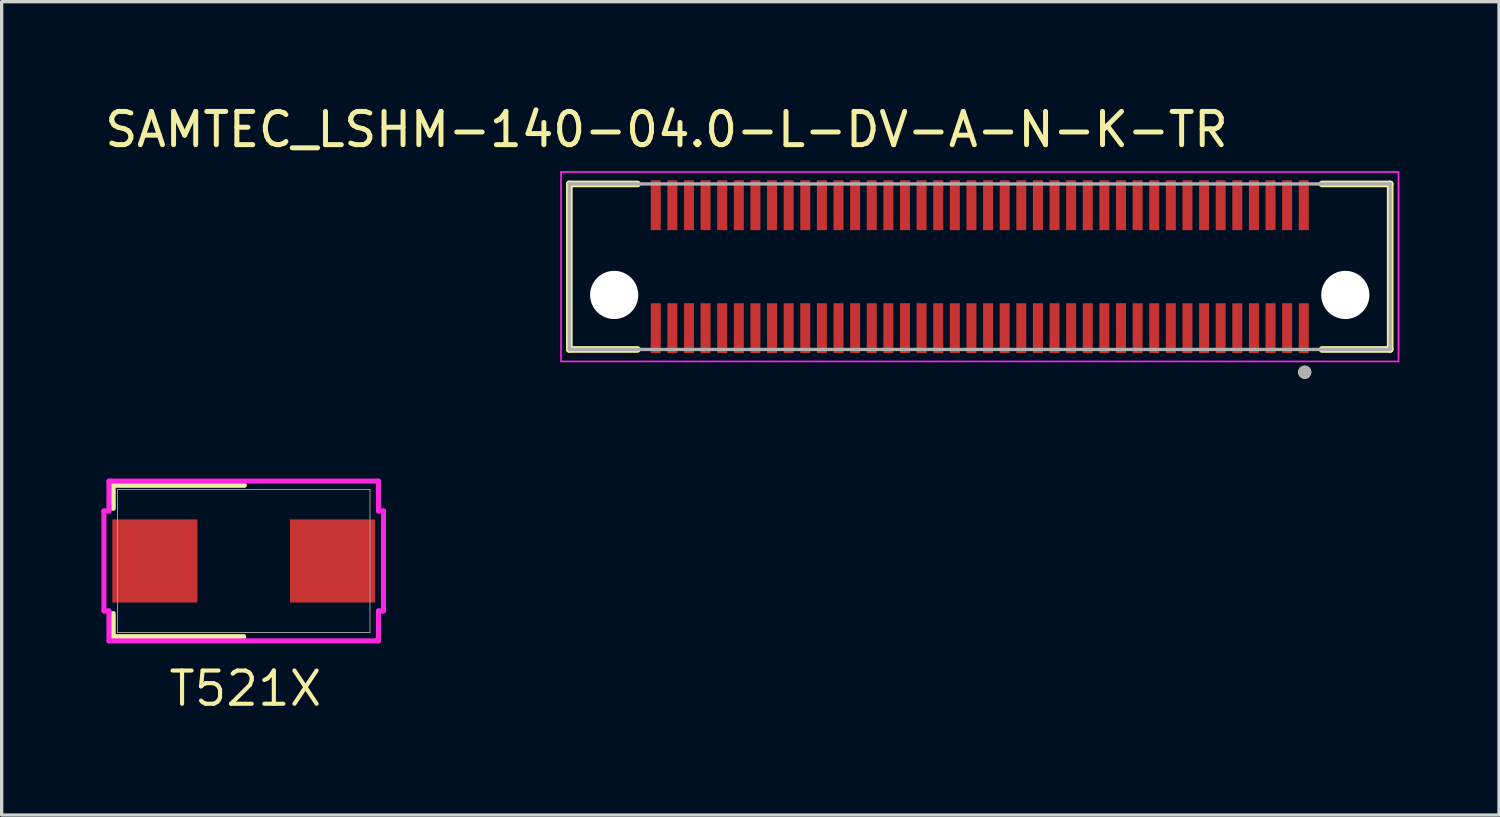
<source format=kicad_pcb>
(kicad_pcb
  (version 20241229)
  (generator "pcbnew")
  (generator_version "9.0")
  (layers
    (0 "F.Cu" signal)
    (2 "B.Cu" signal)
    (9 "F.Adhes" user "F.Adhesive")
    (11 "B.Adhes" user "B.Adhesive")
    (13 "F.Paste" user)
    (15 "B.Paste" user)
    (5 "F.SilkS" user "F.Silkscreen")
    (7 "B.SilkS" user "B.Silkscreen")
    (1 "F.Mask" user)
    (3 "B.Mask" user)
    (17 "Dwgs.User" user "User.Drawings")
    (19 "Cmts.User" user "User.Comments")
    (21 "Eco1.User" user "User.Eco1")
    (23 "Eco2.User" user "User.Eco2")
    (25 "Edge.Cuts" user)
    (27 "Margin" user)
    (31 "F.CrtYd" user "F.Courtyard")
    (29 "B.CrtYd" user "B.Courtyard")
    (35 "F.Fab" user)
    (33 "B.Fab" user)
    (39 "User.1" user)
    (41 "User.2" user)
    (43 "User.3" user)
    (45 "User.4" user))
  (footprint "T521X"
    (layer "F.Cu")
    (at 4.283 13.83)
    (property "Reference" "T521X" (at 0.05 3.84 0) (unlocked yes) (layer "F.SilkS") (effects (font (size 1 1) (thickness 0.125))))
    (attr smd)
    (fp_line (start -3.927 -2.277) (end -3.927 -1.583) (stroke (width 0.152) (type solid)) (layer "F.SilkS"))
    (fp_line (start -3.927 1.583) (end -3.927 2.277) (stroke (width 0.152) (type solid)) (layer "F.SilkS"))
    (fp_line (start -3.927 2.277) (end 0 2.277) (stroke (width 0.152) (type solid)) (layer "F.SilkS"))
    (fp_line (start 0.02 -2.277) (end -3.927 -2.277) (stroke (width 0.152) (type solid)) (layer "F.SilkS"))
    (fp_line (start -4.206 -1.504) (end -4.054 -1.504) (stroke (width 0.152) (type solid)) (layer "F.CrtYd"))
    (fp_line (start -4.206 1.504) (end -4.206 -1.504) (stroke (width 0.152) (type solid)) (layer "F.CrtYd"))
    (fp_line (start -4.054 -2.404) (end 4.054 -2.404) (stroke (width 0.152) (type solid)) (layer "F.CrtYd"))
    (fp_line (start -4.054 -1.504) (end -4.054 -2.404) (stroke (width 0.152) (type solid)) (layer "F.CrtYd"))
    (fp_line (start -4.054 1.504) (end -4.206 1.504) (stroke (width 0.152) (type solid)) (layer "F.CrtYd"))
    (fp_line (start -4.054 2.404) (end -4.054 1.504) (stroke (width 0.152) (type solid)) (layer "F.CrtYd"))
    (fp_line (start 4.054 -2.404) (end 4.054 -1.504) (stroke (width 0.152) (type solid)) (layer "F.CrtYd"))
    (fp_line (start 4.054 -1.504) (end 4.206 -1.504) (stroke (width 0.152) (type solid)) (layer "F.CrtYd"))
    (fp_line (start 4.054 1.504) (end 4.054 2.404) (stroke (width 0.152) (type solid)) (layer "F.CrtYd"))
    (fp_line (start 4.054 2.404) (end -4.054 2.404) (stroke (width 0.152) (type solid)) (layer "F.CrtYd"))
    (fp_line (start 4.206 -1.504) (end 4.206 1.504) (stroke (width 0.152) (type solid)) (layer "F.CrtYd"))
    (fp_line (start 4.206 1.504) (end 4.054 1.504) (stroke (width 0.152) (type solid)) (layer "F.CrtYd"))
    (fp_line (start -3.8 -2.15) (end -3.8 2.15) (stroke (width 0.025) (type solid)) (layer "F.Fab"))
    (fp_line (start -3.8 2.15) (end 3.8 2.15) (stroke (width 0.025) (type solid)) (layer "F.Fab"))
    (fp_line (start 3.8 -2.15) (end -3.8 -2.15) (stroke (width 0.025) (type solid)) (layer "F.Fab"))
    (fp_line (start 3.8 2.15) (end 3.8 -2.15) (stroke (width 0.025) (type solid)) (layer "F.Fab"))
    (pad "1" smd rect (at -2.672 0 90) (size 2.5 2.56) (layers "F.Cu" "F.Mask" "F.Paste"))
    (pad "2" smd rect (at 2.672 0 90) (size 2.5 2.56) (layers "F.Cu" "F.Mask" "F.Paste")))
  (footprint "SAMTEC_LSHM-140-04.0-L-DV-A-N-K-TR"
    (layer "F.Cu")
    (at 26.431 4.975)
    (property "Reference" "SAMTEC_LSHM-140-04.0-L-DV-A-N-K-TR" (at -9.425 -4.127 0) (layer "F.SilkS") (effects (font (size 1 1) (thickness 0.15))))
    (attr smd allow_soldermask_bridges)
    (fp_line (start -12.35 -2.49) (end -12.35 2.49) (stroke (width 0.2) (type solid)) (layer "F.SilkS"))
    (fp_line (start -12.35 2.49) (end -10.3 2.49) (stroke (width 0.2) (type solid)) (layer "F.SilkS"))
    (fp_line (start -10.3 -2.49) (end -12.35 -2.49) (stroke (width 0.2) (type solid)) (layer "F.SilkS"))
    (fp_line (start 10.3 -2.49) (end 12.35 -2.49) (stroke (width 0.2) (type solid)) (layer "F.SilkS"))
    (fp_line (start 12.35 -2.49) (end 12.35 2.49) (stroke (width 0.2) (type solid)) (layer "F.SilkS"))
    (fp_line (start 12.35 2.49) (end 10.3 2.49) (stroke (width 0.2) (type solid)) (layer "F.SilkS"))
    (fp_circle (center 9.779 3.175) (end 9.879 3.175) (stroke (width 0.2) (type solid)) (fill no) (layer "F.SilkS"))
    (fp_line (start -12.6 -2.85) (end -12.6 2.85) (stroke (width 0.05) (type solid)) (layer "F.CrtYd"))
    (fp_line (start -12.6 2.85) (end 12.6 2.85) (stroke (width 0.05) (type solid)) (layer "F.CrtYd"))
    (fp_line (start 12.6 -2.85) (end -12.6 -2.85) (stroke (width 0.05) (type solid)) (layer "F.CrtYd"))
    (fp_line (start 12.6 2.85) (end 12.6 -2.85) (stroke (width 0.05) (type solid)) (layer "F.CrtYd"))
    (fp_line (start -12.35 -2.49) (end -12.35 2.49) (stroke (width 0.1) (type solid)) (layer "F.Fab"))
    (fp_line (start -12.35 2.49) (end 12.35 2.49) (stroke (width 0.1) (type solid)) (layer "F.Fab"))
    (fp_line (start 12.35 -2.49) (end -12.35 -2.49) (stroke (width 0.1) (type solid)) (layer "F.Fab"))
    (fp_line (start 12.35 2.49) (end 12.35 -2.49) (stroke (width 0.1) (type solid)) (layer "F.Fab"))
    (fp_circle (center 9.779 3.175) (end 9.879 3.175) (stroke (width 0.2) (type solid)) (fill no) (layer "F.Fab"))
    (pad "" np_thru_hole circle (at -11 0.85) (size 1.45 1.45) (drill 1.45) (layers "*.Cu" "*.Mask"))
    (pad "" np_thru_hole circle (at 11 0.85) (size 1.45 1.45) (drill 1.45) (layers "*.Cu" "*.Mask"))
    (pad "1" smd rect (at 9.75 1.85) (size 0.3 1.5) (layers "F.Cu" "F.Mask" "F.Paste"))
    (pad "2" smd rect (at 9.75 -1.85) (size 0.3 1.5) (layers "F.Cu" "F.Mask" "F.Paste"))
    (pad "3" smd rect (at 9.25 1.85) (size 0.3 1.5) (layers "F.Cu" "F.Mask" "F.Paste"))
    (pad "4" smd rect (at 9.25 -1.85) (size 0.3 1.5) (layers "F.Cu" "F.Mask" "F.Paste"))
    (pad "5" smd rect (at 8.75 1.85) (size 0.3 1.5) (layers "F.Cu" "F.Mask" "F.Paste"))
    (pad "6" smd rect (at 8.75 -1.85) (size 0.3 1.5) (layers "F.Cu" "F.Mask" "F.Paste"))
    (pad "7" smd rect (at 8.25 1.85) (size 0.3 1.5) (layers "F.Cu" "F.Mask" "F.Paste"))
    (pad "8" smd rect (at 8.25 -1.85) (size 0.3 1.5) (layers "F.Cu" "F.Mask" "F.Paste"))
    (pad "9" smd rect (at 7.75 1.85) (size 0.3 1.5) (layers "F.Cu" "F.Mask" "F.Paste"))
    (pad "10" smd rect (at 7.75 -1.85) (size 0.3 1.5) (layers "F.Cu" "F.Mask" "F.Paste"))
    (pad "11" smd rect (at 7.25 1.85) (size 0.3 1.5) (layers "F.Cu" "F.Mask" "F.Paste"))
    (pad "12" smd rect (at 7.25 -1.85) (size 0.3 1.5) (layers "F.Cu" "F.Mask" "F.Paste"))
    (pad "13" smd rect (at 6.75 1.85) (size 0.3 1.5) (layers "F.Cu" "F.Mask" "F.Paste"))
    (pad "14" smd rect (at 6.75 -1.85) (size 0.3 1.5) (layers "F.Cu" "F.Mask" "F.Paste"))
    (pad "15" smd rect (at 6.25 1.85) (size 0.3 1.5) (layers "F.Cu" "F.Mask" "F.Paste"))
    (pad "16" smd rect (at 6.25 -1.85) (size 0.3 1.5) (layers "F.Cu" "F.Mask" "F.Paste"))
    (pad "17" smd rect (at 5.75 1.85) (size 0.3 1.5) (layers "F.Cu" "F.Mask" "F.Paste"))
    (pad "18" smd rect (at 5.75 -1.85) (size 0.3 1.5) (layers "F.Cu" "F.Mask" "F.Paste"))
    (pad "19" smd rect (at 5.25 1.85) (size 0.3 1.5) (layers "F.Cu" "F.Mask" "F.Paste"))
    (pad "20" smd rect (at 5.25 -1.85) (size 0.3 1.5) (layers "F.Cu" "F.Mask" "F.Paste"))
    (pad "21" smd rect (at 4.75 1.85) (size 0.3 1.5) (layers "F.Cu" "F.Mask" "F.Paste"))
    (pad "22" smd rect (at 4.75 -1.85) (size 0.3 1.5) (layers "F.Cu" "F.Mask" "F.Paste"))
    (pad "23" smd rect (at 4.25 1.85) (size 0.3 1.5) (layers "F.Cu" "F.Mask" "F.Paste"))
    (pad "24" smd rect (at 4.25 -1.85) (size 0.3 1.5) (layers "F.Cu" "F.Mask" "F.Paste"))
    (pad "25" smd rect (at 3.75 1.85) (size 0.3 1.5) (layers "F.Cu" "F.Mask" "F.Paste"))
    (pad "26" smd rect (at 3.75 -1.85) (size 0.3 1.5) (layers "F.Cu" "F.Mask" "F.Paste"))
    (pad "27" smd rect (at 3.25 1.85) (size 0.3 1.5) (layers "F.Cu" "F.Mask" "F.Paste"))
    (pad "28" smd rect (at 3.25 -1.85) (size 0.3 1.5) (layers "F.Cu" "F.Mask" "F.Paste"))
    (pad "29" smd rect (at 2.75 1.85) (size 0.3 1.5) (layers "F.Cu" "F.Mask" "F.Paste"))
    (pad "30" smd rect (at 2.75 -1.85) (size 0.3 1.5) (layers "F.Cu" "F.Mask" "F.Paste"))
    (pad "31" smd rect (at 2.25 1.85) (size 0.3 1.5) (layers "F.Cu" "F.Mask" "F.Paste"))
    (pad "32" smd rect (at 2.25 -1.85) (size 0.3 1.5) (layers "F.Cu" "F.Mask" "F.Paste"))
    (pad "33" smd rect (at 1.75 1.85) (size 0.3 1.5) (layers "F.Cu" "F.Mask" "F.Paste"))
    (pad "34" smd rect (at 1.75 -1.85) (size 0.3 1.5) (layers "F.Cu" "F.Mask" "F.Paste"))
    (pad "35" smd rect (at 1.25 1.85) (size 0.3 1.5) (layers "F.Cu" "F.Mask" "F.Paste"))
    (pad "36" smd rect (at 1.25 -1.85) (size 0.3 1.5) (layers "F.Cu" "F.Mask" "F.Paste"))
    (pad "37" smd rect (at 0.75 1.85) (size 0.3 1.5) (layers "F.Cu" "F.Mask" "F.Paste"))
    (pad "38" smd rect (at 0.75 -1.85) (size 0.3 1.5) (layers "F.Cu" "F.Mask" "F.Paste"))
    (pad "39" smd rect (at 0.25 1.85) (size 0.3 1.5) (layers "F.Cu" "F.Mask" "F.Paste"))
    (pad "40" smd rect (at 0.25 -1.85) (size 0.3 1.5) (layers "F.Cu" "F.Mask" "F.Paste"))
    (pad "41" smd rect (at -0.25 1.85) (size 0.3 1.5) (layers "F.Cu" "F.Mask" "F.Paste"))
    (pad "42" smd rect (at -0.25 -1.85) (size 0.3 1.5) (layers "F.Cu" "F.Mask" "F.Paste"))
    (pad "43" smd rect (at -0.75 1.85) (size 0.3 1.5) (layers "F.Cu" "F.Mask" "F.Paste"))
    (pad "44" smd rect (at -0.75 -1.85) (size 0.3 1.5) (layers "F.Cu" "F.Mask" "F.Paste"))
    (pad "45" smd rect (at -1.25 1.85) (size 0.3 1.5) (layers "F.Cu" "F.Mask" "F.Paste"))
    (pad "46" smd rect (at -1.25 -1.85) (size 0.3 1.5) (layers "F.Cu" "F.Mask" "F.Paste"))
    (pad "47" smd rect (at -1.75 1.85) (size 0.3 1.5) (layers "F.Cu" "F.Mask" "F.Paste"))
    (pad "48" smd rect (at -1.75 -1.85) (size 0.3 1.5) (layers "F.Cu" "F.Mask" "F.Paste"))
    (pad "49" smd rect (at -2.25 1.85) (size 0.3 1.5) (layers "F.Cu" "F.Mask" "F.Paste"))
    (pad "50" smd rect (at -2.25 -1.85) (size 0.3 1.5) (layers "F.Cu" "F.Mask" "F.Paste"))
    (pad "51" smd rect (at -2.75 1.85) (size 0.3 1.5) (layers "F.Cu" "F.Mask" "F.Paste"))
    (pad "52" smd rect (at -2.75 -1.85) (size 0.3 1.5) (layers "F.Cu" "F.Mask" "F.Paste"))
    (pad "53" smd rect (at -3.25 1.85) (size 0.3 1.5) (layers "F.Cu" "F.Mask" "F.Paste"))
    (pad "54" smd rect (at -3.25 -1.85) (size 0.3 1.5) (layers "F.Cu" "F.Mask" "F.Paste"))
    (pad "55" smd rect (at -3.75 1.85) (size 0.3 1.5) (layers "F.Cu" "F.Mask" "F.Paste"))
    (pad "56" smd rect (at -3.75 -1.85) (size 0.3 1.5) (layers "F.Cu" "F.Mask" "F.Paste"))
    (pad "57" smd rect (at -4.25 1.85) (size 0.3 1.5) (layers "F.Cu" "F.Mask" "F.Paste"))
    (pad "58" smd rect (at -4.25 -1.85) (size 0.3 1.5) (layers "F.Cu" "F.Mask" "F.Paste"))
    (pad "59" smd rect (at -4.75 1.85) (size 0.3 1.5) (layers "F.Cu" "F.Mask" "F.Paste"))
    (pad "60" smd rect (at -4.75 -1.85) (size 0.3 1.5) (layers "F.Cu" "F.Mask" "F.Paste"))
    (pad "61" smd rect (at -5.25 1.85) (size 0.3 1.5) (layers "F.Cu" "F.Mask" "F.Paste"))
    (pad "62" smd rect (at -5.25 -1.85) (size 0.3 1.5) (layers "F.Cu" "F.Mask" "F.Paste"))
    (pad "63" smd rect (at -5.75 1.85) (size 0.3 1.5) (layers "F.Cu" "F.Mask" "F.Paste"))
    (pad "64" smd rect (at -5.75 -1.85) (size 0.3 1.5) (layers "F.Cu" "F.Mask" "F.Paste"))
    (pad "65" smd rect (at -6.25 1.85) (size 0.3 1.5) (layers "F.Cu" "F.Mask" "F.Paste"))
    (pad "66" smd rect (at -6.25 -1.85) (size 0.3 1.5) (layers "F.Cu" "F.Mask" "F.Paste"))
    (pad "67" smd rect (at -6.75 1.85) (size 0.3 1.5) (layers "F.Cu" "F.Mask" "F.Paste"))
    (pad "68" smd rect (at -6.75 -1.85) (size 0.3 1.5) (layers "F.Cu" "F.Mask" "F.Paste"))
    (pad "69" smd rect (at -7.25 1.85) (size 0.3 1.5) (layers "F.Cu" "F.Mask" "F.Paste"))
    (pad "70" smd rect (at -7.25 -1.85) (size 0.3 1.5) (layers "F.Cu" "F.Mask" "F.Paste"))
    (pad "71" smd rect (at -7.75 1.85) (size 0.3 1.5) (layers "F.Cu" "F.Mask" "F.Paste"))
    (pad "72" smd rect (at -7.75 -1.85) (size 0.3 1.5) (layers "F.Cu" "F.Mask" "F.Paste"))
    (pad "73" smd rect (at -8.25 1.85) (size 0.3 1.5) (layers "F.Cu" "F.Mask" "F.Paste"))
    (pad "74" smd rect (at -8.25 -1.85) (size 0.3 1.5) (layers "F.Cu" "F.Mask" "F.Paste"))
    (pad "75" smd rect (at -8.75 1.85) (size 0.3 1.5) (layers "F.Cu" "F.Mask" "F.Paste"))
    (pad "76" smd rect (at -8.75 -1.85) (size 0.3 1.5) (layers "F.Cu" "F.Mask" "F.Paste"))
    (pad "77" smd rect (at -9.25 1.85) (size 0.3 1.5) (layers "F.Cu" "F.Mask" "F.Paste"))
    (pad "78" smd rect (at -9.25 -1.85) (size 0.3 1.5) (layers "F.Cu" "F.Mask" "F.Paste"))
    (pad "79" smd rect (at -9.75 1.85) (size 0.3 1.5) (layers "F.Cu" "F.Mask" "F.Paste"))
    (pad "80" smd rect (at -9.75 -1.85) (size 0.3 1.5) (layers "F.Cu" "F.Mask" "F.Paste")))
  (gr_rect
    (start -3 -3)
    (end 42.056 21.475)
    (stroke (width 0.1) (type default))
    (fill no)
    (layer "Edge.Cuts")))
</source>
